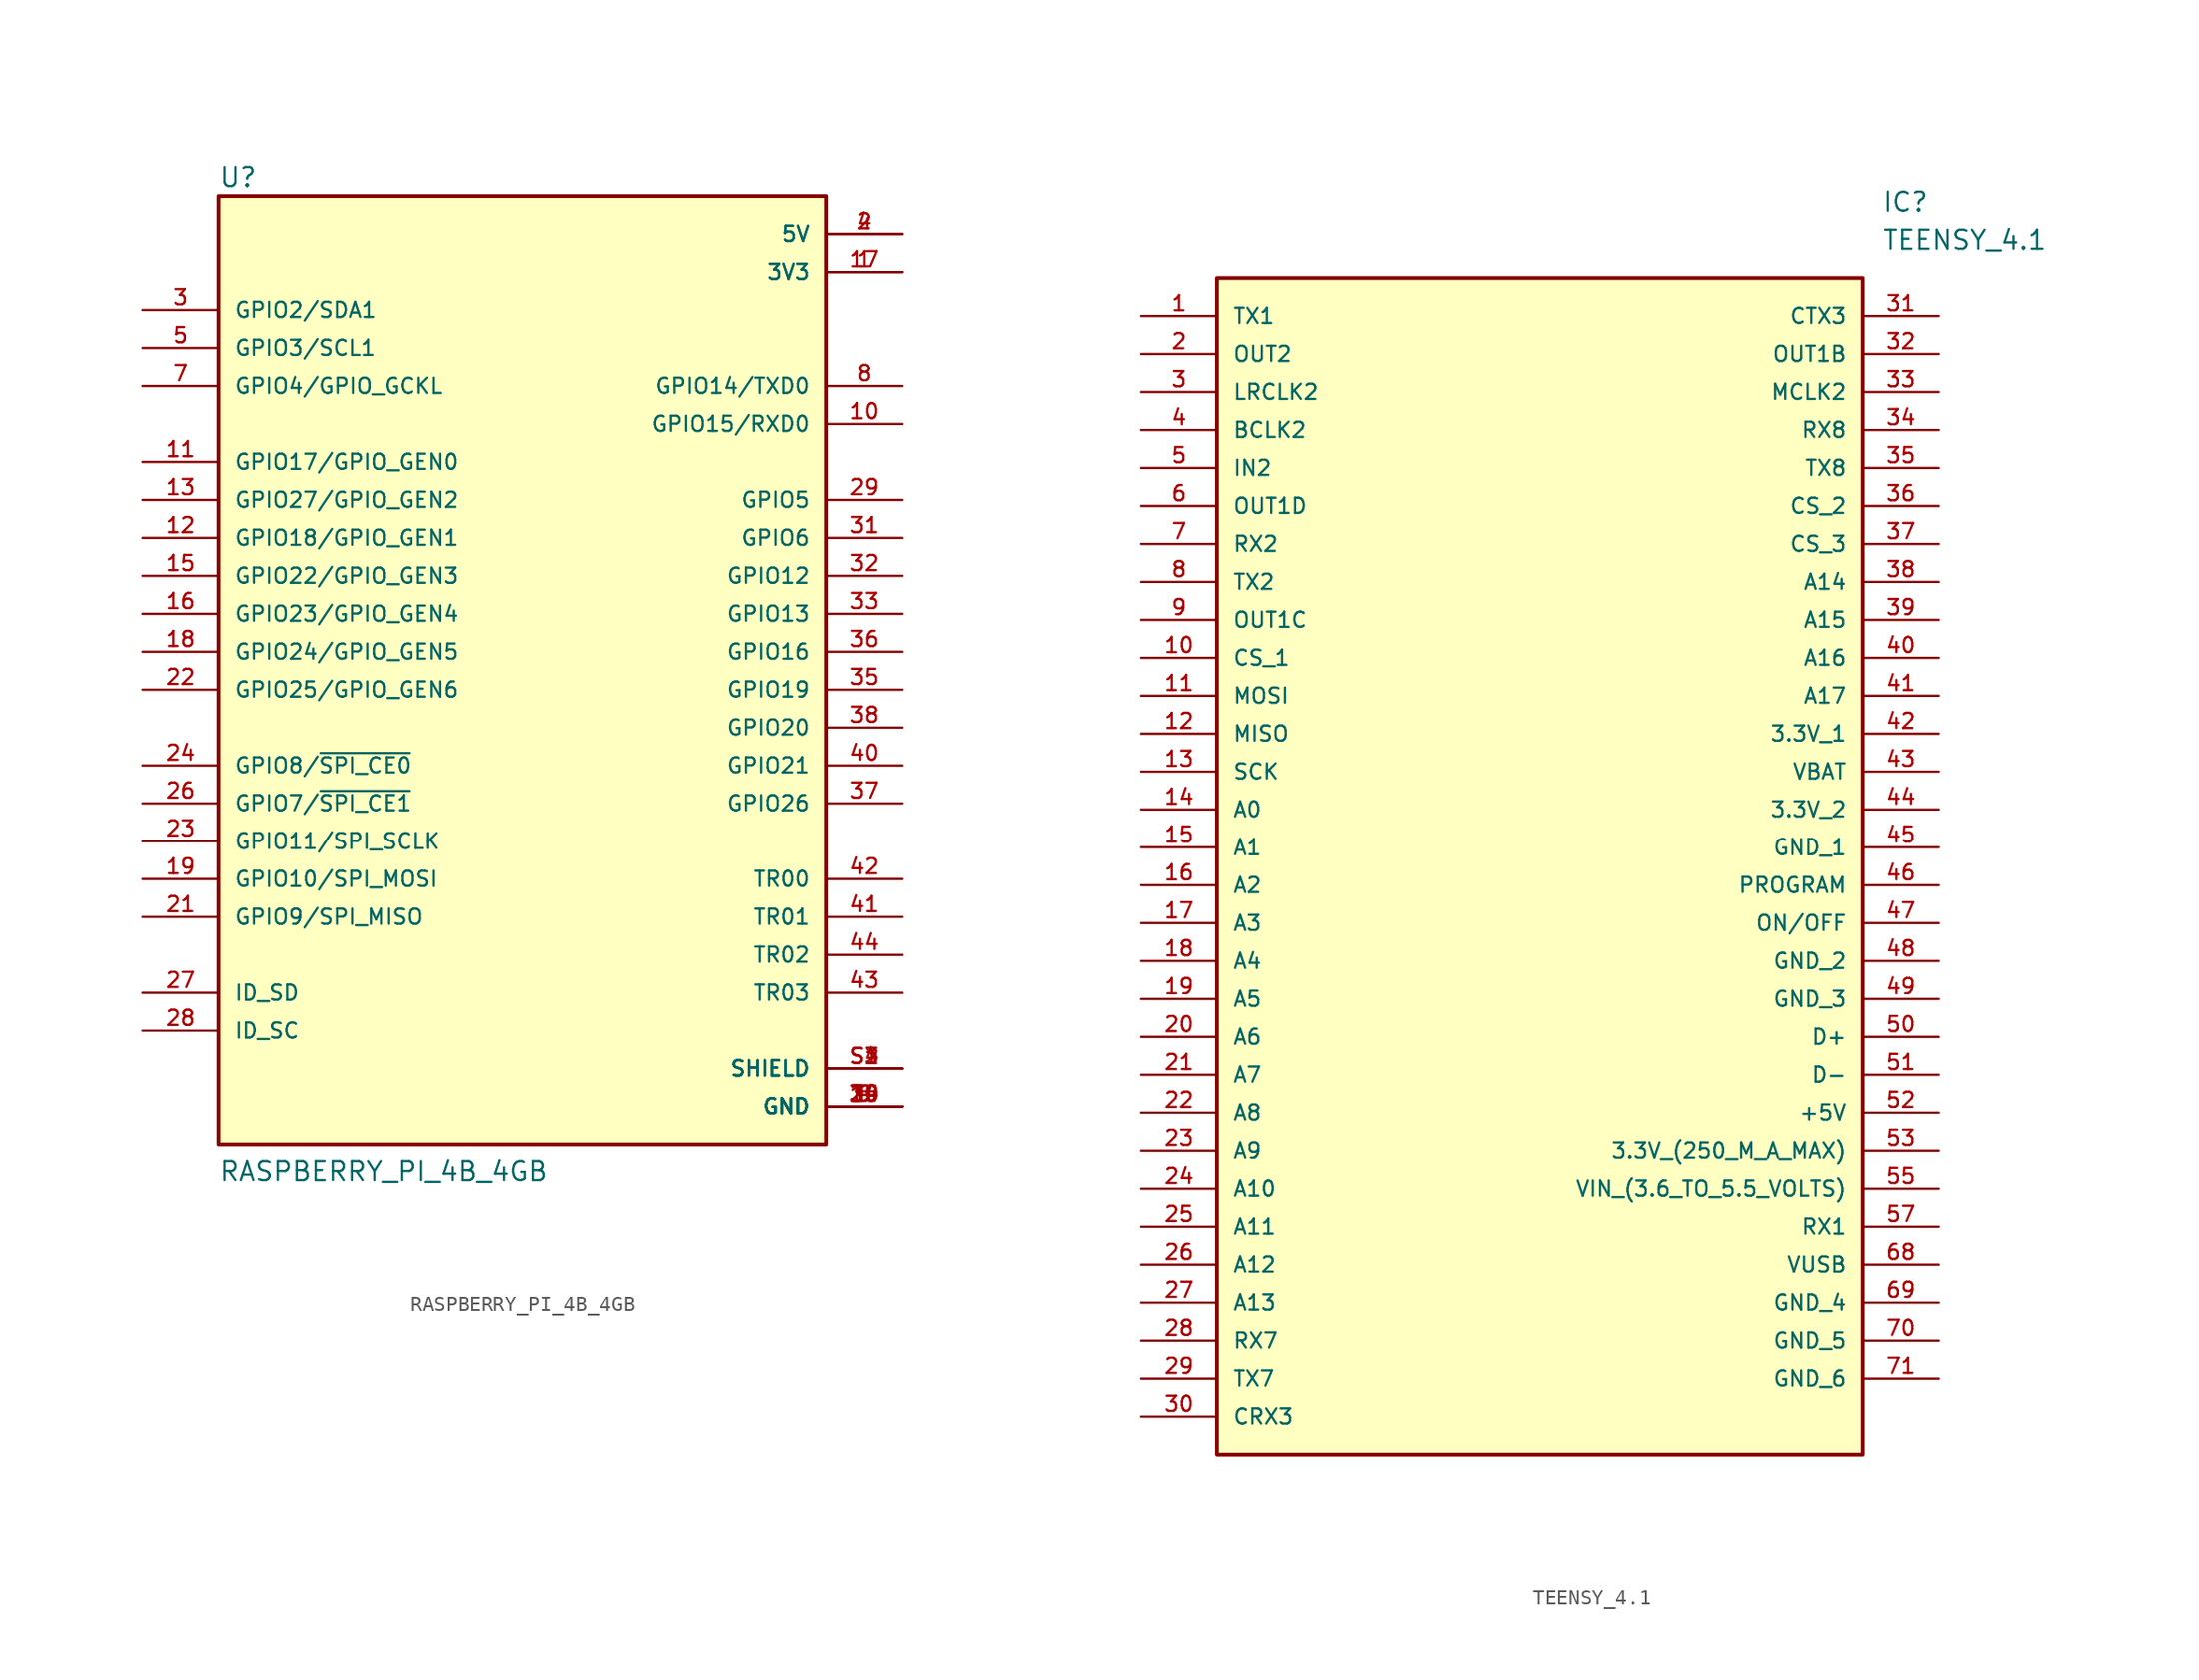
<source format=kicad_sym>
(kicad_symbol_lib
  (version 20231120)
  (generator "kicad_symbol_editor")
  (generator_version "8.0")
  (symbol "RASPBERRY_PI_4B_4GB"
    (pin_names
      (offset 1.016))
    (property "Reference" "U"
      (at -20.32 33.528 0)
      (effects (font (size 1.27 1.27)) (justify left bottom)))
    (property "Value" "RASPBERRY_PI_4B_4GB"
      (at -20.32 -33.02 0)
      (effects (font (size 1.27 1.27)) (justify left bottom)))
    (symbol "RASPBERRY_PI_4B_4GB_0_0"
      (rectangle (start -20.32 -30.48) (end 20.32 33.02) (stroke (width 0.254) (type default)) (fill (type background)))
      (pin power_out line (at 25.4 27.94 180) (length 5.08) (name "3V3" (effects (font (size 1.016 1.016)))) (number "1" (effects (font (size 1.016 1.016)))))
      (pin bidirectional line (at 25.4 17.78 180) (length 5.08) (name "GPIO15/RXD0" (effects (font (size 1.016 1.016)))) (number "10" (effects (font (size 1.016 1.016)))))
      (pin bidirectional line (at -25.4 15.24 0) (length 5.08) (name "GPIO17/GPIO_GEN0" (effects (font (size 1.016 1.016)))) (number "11" (effects (font (size 1.016 1.016)))))
      (pin bidirectional line (at -25.4 10.16 0) (length 5.08) (name "GPIO18/GPIO_GEN1" (effects (font (size 1.016 1.016)))) (number "12" (effects (font (size 1.016 1.016)))))
      (pin bidirectional line (at -25.4 12.7 0) (length 5.08) (name "GPIO27/GPIO_GEN2" (effects (font (size 1.016 1.016)))) (number "13" (effects (font (size 1.016 1.016)))))
      (pin power_in line (at 25.4 -27.94 180) (length 5.08) (name "GND" (effects (font (size 1.016 1.016)))) (number "14" (effects (font (size 1.016 1.016)))))
      (pin bidirectional line (at -25.4 7.62 0) (length 5.08) (name "GPIO22/GPIO_GEN3" (effects (font (size 1.016 1.016)))) (number "15" (effects (font (size 1.016 1.016)))))
      (pin bidirectional line (at -25.4 5.08 0) (length 5.08) (name "GPIO23/GPIO_GEN4" (effects (font (size 1.016 1.016)))) (number "16" (effects (font (size 1.016 1.016)))))
      (pin power_out line (at 25.4 27.94 180) (length 5.08) (name "3V3" (effects (font (size 1.016 1.016)))) (number "17" (effects (font (size 1.016 1.016)))))
      (pin bidirectional line (at -25.4 2.54 0) (length 5.08) (name "GPIO24/GPIO_GEN5" (effects (font (size 1.016 1.016)))) (number "18" (effects (font (size 1.016 1.016)))))
      (pin bidirectional line (at -25.4 -12.7 0) (length 5.08) (name "GPIO10/SPI_MOSI" (effects (font (size 1.016 1.016)))) (number "19" (effects (font (size 1.016 1.016)))))
      (pin power_out line (at 25.4 30.48 180) (length 5.08) (name "5V" (effects (font (size 1.016 1.016)))) (number "2" (effects (font (size 1.016 1.016)))))
      (pin power_in line (at 25.4 -27.94 180) (length 5.08) (name "GND" (effects (font (size 1.016 1.016)))) (number "20" (effects (font (size 1.016 1.016)))))
      (pin bidirectional line (at -25.4 -15.24 0) (length 5.08) (name "GPIO9/SPI_MISO" (effects (font (size 1.016 1.016)))) (number "21" (effects (font (size 1.016 1.016)))))
      (pin bidirectional line (at -25.4 0 0) (length 5.08) (name "GPIO25/GPIO_GEN6" (effects (font (size 1.016 1.016)))) (number "22" (effects (font (size 1.016 1.016)))))
      (pin bidirectional line (at -25.4 -10.16 0) (length 5.08) (name "GPIO11/SPI_SCLK" (effects (font (size 1.016 1.016)))) (number "23" (effects (font (size 1.016 1.016)))))
      (pin bidirectional line (at -25.4 -5.08 0) (length 5.08) (name "GPIO8/~{SPI_CE0}" (effects (font (size 1.016 1.016)))) (number "24" (effects (font (size 1.016 1.016)))))
      (pin power_in line (at 25.4 -27.94 180) (length 5.08) (name "GND" (effects (font (size 1.016 1.016)))) (number "25" (effects (font (size 1.016 1.016)))))
      (pin bidirectional line (at -25.4 -7.62 0) (length 5.08) (name "GPIO7/~{SPI_CE1}" (effects (font (size 1.016 1.016)))) (number "26" (effects (font (size 1.016 1.016)))))
      (pin bidirectional line (at -25.4 -20.32 0) (length 5.08) (name "ID_SD" (effects (font (size 1.016 1.016)))) (number "27" (effects (font (size 1.016 1.016)))))
      (pin bidirectional line (at -25.4 -22.86 0) (length 5.08) (name "ID_SC" (effects (font (size 1.016 1.016)))) (number "28" (effects (font (size 1.016 1.016)))))
      (pin bidirectional line (at 25.4 12.7 180) (length 5.08) (name "GPIO5" (effects (font (size 1.016 1.016)))) (number "29" (effects (font (size 1.016 1.016)))))
      (pin bidirectional line (at -25.4 25.4 0) (length 5.08) (name "GPIO2/SDA1" (effects (font (size 1.016 1.016)))) (number "3" (effects (font (size 1.016 1.016)))))
      (pin power_in line (at 25.4 -27.94 180) (length 5.08) (name "GND" (effects (font (size 1.016 1.016)))) (number "30" (effects (font (size 1.016 1.016)))))
      (pin bidirectional line (at 25.4 10.16 180) (length 5.08) (name "GPIO6" (effects (font (size 1.016 1.016)))) (number "31" (effects (font (size 1.016 1.016)))))
      (pin bidirectional line (at 25.4 7.62 180) (length 5.08) (name "GPIO12" (effects (font (size 1.016 1.016)))) (number "32" (effects (font (size 1.016 1.016)))))
      (pin bidirectional line (at 25.4 5.08 180) (length 5.08) (name "GPIO13" (effects (font (size 1.016 1.016)))) (number "33" (effects (font (size 1.016 1.016)))))
      (pin power_in line (at 25.4 -27.94 180) (length 5.08) (name "GND" (effects (font (size 1.016 1.016)))) (number "34" (effects (font (size 1.016 1.016)))))
      (pin bidirectional line (at 25.4 0 180) (length 5.08) (name "GPIO19" (effects (font (size 1.016 1.016)))) (number "35" (effects (font (size 1.016 1.016)))))
      (pin bidirectional line (at 25.4 2.54 180) (length 5.08) (name "GPIO16" (effects (font (size 1.016 1.016)))) (number "36" (effects (font (size 1.016 1.016)))))
      (pin bidirectional line (at 25.4 -7.62 180) (length 5.08) (name "GPIO26" (effects (font (size 1.016 1.016)))) (number "37" (effects (font (size 1.016 1.016)))))
      (pin bidirectional line (at 25.4 -2.54 180) (length 5.08) (name "GPIO20" (effects (font (size 1.016 1.016)))) (number "38" (effects (font (size 1.016 1.016)))))
      (pin power_in line (at 25.4 -27.94 180) (length 5.08) (name "GND" (effects (font (size 1.016 1.016)))) (number "39" (effects (font (size 1.016 1.016)))))
      (pin power_out line (at 25.4 30.48 180) (length 5.08) (name "5V" (effects (font (size 1.016 1.016)))) (number "4" (effects (font (size 1.016 1.016)))))
      (pin bidirectional line (at 25.4 -5.08 180) (length 5.08) (name "GPIO21" (effects (font (size 1.016 1.016)))) (number "40" (effects (font (size 1.016 1.016)))))
      (pin bidirectional line (at 25.4 -15.24 180) (length 5.08) (name "TR01" (effects (font (size 1.016 1.016)))) (number "41" (effects (font (size 1.016 1.016)))))
      (pin bidirectional line (at 25.4 -12.7 180) (length 5.08) (name "TR00" (effects (font (size 1.016 1.016)))) (number "42" (effects (font (size 1.016 1.016)))))
      (pin bidirectional line (at 25.4 -20.32 180) (length 5.08) (name "TR03" (effects (font (size 1.016 1.016)))) (number "43" (effects (font (size 1.016 1.016)))))
      (pin bidirectional line (at 25.4 -17.78 180) (length 5.08) (name "TR02" (effects (font (size 1.016 1.016)))) (number "44" (effects (font (size 1.016 1.016)))))
      (pin bidirectional line (at -25.4 22.86 0) (length 5.08) (name "GPIO3/SCL1" (effects (font (size 1.016 1.016)))) (number "5" (effects (font (size 1.016 1.016)))))
      (pin power_in line (at 25.4 -27.94 180) (length 5.08) (name "GND" (effects (font (size 1.016 1.016)))) (number "6" (effects (font (size 1.016 1.016)))))
      (pin bidirectional line (at -25.4 20.32 0) (length 5.08) (name "GPIO4/GPIO_GCKL" (effects (font (size 1.016 1.016)))) (number "7" (effects (font (size 1.016 1.016)))))
      (pin bidirectional line (at 25.4 20.32 180) (length 5.08) (name "GPIO14/TXD0" (effects (font (size 1.016 1.016)))) (number "8" (effects (font (size 1.016 1.016)))))
      (pin power_in line (at 25.4 -27.94 180) (length 5.08) (name "GND" (effects (font (size 1.016 1.016)))) (number "9" (effects (font (size 1.016 1.016)))))
      (pin power_in line (at 25.4 -25.4 180) (length 5.08) (name "SHIELD" (effects (font (size 1.016 1.016)))) (number "S1" (effects (font (size 1.016 1.016)))))
      (pin power_in line (at 25.4 -25.4 180) (length 5.08) (name "SHIELD" (effects (font (size 1.016 1.016)))) (number "S2" (effects (font (size 1.016 1.016)))))
      (pin power_in line (at 25.4 -25.4 180) (length 5.08) (name "SHIELD" (effects (font (size 1.016 1.016)))) (number "S3" (effects (font (size 1.016 1.016)))))
      (pin power_in line (at 25.4 -25.4 180) (length 5.08) (name "SHIELD" (effects (font (size 1.016 1.016)))) (number "S4" (effects (font (size 1.016 1.016)))))))
  (symbol "TEENSY_4.1"
    (pin_names
      (offset 1.016))
    (property "Reference" "IC"
      (at 49.53 7.62 0)
      (effects (font (size 1.27 1.27)) (justify left)))
    (property "Value" "TEENSY_4.1"
      (at 49.53 5.08 0)
      (effects (font (size 1.27 1.27)) (justify left)))
    (symbol "TEENSY_4.1_0_0"
      (rectangle (start 5.08 -76.2) (end 48.26 2.54) (stroke (width 0.254) (type default)) (fill (type background)))
      (pin bidirectional line (at 0 0 0) (length 5.08) (name "TX1" (effects (font (size 1.016 1.016)))) (number "1" (effects (font (size 1.016 1.016)))))
      (pin bidirectional line (at 0 -22.86 0) (length 5.08) (name "CS_1" (effects (font (size 1.016 1.016)))) (number "10" (effects (font (size 1.016 1.016)))))
      (pin bidirectional line (at 0 -25.4 0) (length 5.08) (name "MOSI" (effects (font (size 1.016 1.016)))) (number "11" (effects (font (size 1.016 1.016)))))
      (pin bidirectional line (at 0 -27.94 0) (length 5.08) (name "MISO" (effects (font (size 1.016 1.016)))) (number "12" (effects (font (size 1.016 1.016)))))
      (pin bidirectional line (at 0 -30.48 0) (length 5.08) (name "SCK" (effects (font (size 1.016 1.016)))) (number "13" (effects (font (size 1.016 1.016)))))
      (pin bidirectional line (at 0 -33.02 0) (length 5.08) (name "A0" (effects (font (size 1.016 1.016)))) (number "14" (effects (font (size 1.016 1.016)))))
      (pin bidirectional line (at 0 -35.56 0) (length 5.08) (name "A1" (effects (font (size 1.016 1.016)))) (number "15" (effects (font (size 1.016 1.016)))))
      (pin bidirectional line (at 0 -38.1 0) (length 5.08) (name "A2" (effects (font (size 1.016 1.016)))) (number "16" (effects (font (size 1.016 1.016)))))
      (pin bidirectional line (at 0 -40.64 0) (length 5.08) (name "A3" (effects (font (size 1.016 1.016)))) (number "17" (effects (font (size 1.016 1.016)))))
      (pin bidirectional line (at 0 -43.18 0) (length 5.08) (name "A4" (effects (font (size 1.016 1.016)))) (number "18" (effects (font (size 1.016 1.016)))))
      (pin bidirectional line (at 0 -45.72 0) (length 5.08) (name "A5" (effects (font (size 1.016 1.016)))) (number "19" (effects (font (size 1.016 1.016)))))
      (pin bidirectional line (at 0 -2.54 0) (length 5.08) (name "OUT2" (effects (font (size 1.016 1.016)))) (number "2" (effects (font (size 1.016 1.016)))))
      (pin bidirectional line (at 0 -48.26 0) (length 5.08) (name "A6" (effects (font (size 1.016 1.016)))) (number "20" (effects (font (size 1.016 1.016)))))
      (pin bidirectional line (at 0 -50.8 0) (length 5.08) (name "A7" (effects (font (size 1.016 1.016)))) (number "21" (effects (font (size 1.016 1.016)))))
      (pin bidirectional line (at 0 -53.34 0) (length 5.08) (name "A8" (effects (font (size 1.016 1.016)))) (number "22" (effects (font (size 1.016 1.016)))))
      (pin bidirectional line (at 0 -55.88 0) (length 5.08) (name "A9" (effects (font (size 1.016 1.016)))) (number "23" (effects (font (size 1.016 1.016)))))
      (pin bidirectional line (at 0 -58.42 0) (length 5.08) (name "A10" (effects (font (size 1.016 1.016)))) (number "24" (effects (font (size 1.016 1.016)))))
      (pin bidirectional line (at 0 -60.96 0) (length 5.08) (name "A11" (effects (font (size 1.016 1.016)))) (number "25" (effects (font (size 1.016 1.016)))))
      (pin bidirectional line (at 0 -63.5 0) (length 5.08) (name "A12" (effects (font (size 1.016 1.016)))) (number "26" (effects (font (size 1.016 1.016)))))
      (pin bidirectional line (at 0 -66.04 0) (length 5.08) (name "A13" (effects (font (size 1.016 1.016)))) (number "27" (effects (font (size 1.016 1.016)))))
      (pin bidirectional line (at 0 -68.58 0) (length 5.08) (name "RX7" (effects (font (size 1.016 1.016)))) (number "28" (effects (font (size 1.016 1.016)))))
      (pin bidirectional line (at 0 -71.12 0) (length 5.08) (name "TX7" (effects (font (size 1.016 1.016)))) (number "29" (effects (font (size 1.016 1.016)))))
      (pin bidirectional line (at 0 -5.08 0) (length 5.08) (name "LRCLK2" (effects (font (size 1.016 1.016)))) (number "3" (effects (font (size 1.016 1.016)))))
      (pin bidirectional line (at 0 -73.66 0) (length 5.08) (name "CRX3" (effects (font (size 1.016 1.016)))) (number "30" (effects (font (size 1.016 1.016)))))
      (pin bidirectional line (at 53.34 0 180) (length 5.08) (name "CTX3" (effects (font (size 1.016 1.016)))) (number "31" (effects (font (size 1.016 1.016)))))
      (pin bidirectional line (at 53.34 -2.54 180) (length 5.08) (name "OUT1B" (effects (font (size 1.016 1.016)))) (number "32" (effects (font (size 1.016 1.016)))))
      (pin bidirectional line (at 53.34 -5.08 180) (length 5.08) (name "MCLK2" (effects (font (size 1.016 1.016)))) (number "33" (effects (font (size 1.016 1.016)))))
      (pin bidirectional line (at 53.34 -7.62 180) (length 5.08) (name "RX8" (effects (font (size 1.016 1.016)))) (number "34" (effects (font (size 1.016 1.016)))))
      (pin bidirectional line (at 53.34 -10.16 180) (length 5.08) (name "TX8" (effects (font (size 1.016 1.016)))) (number "35" (effects (font (size 1.016 1.016)))))
      (pin bidirectional line (at 53.34 -12.7 180) (length 5.08) (name "CS_2" (effects (font (size 1.016 1.016)))) (number "36" (effects (font (size 1.016 1.016)))))
      (pin bidirectional line (at 53.34 -15.24 180) (length 5.08) (name "CS_3" (effects (font (size 1.016 1.016)))) (number "37" (effects (font (size 1.016 1.016)))))
      (pin bidirectional line (at 53.34 -17.78 180) (length 5.08) (name "A14" (effects (font (size 1.016 1.016)))) (number "38" (effects (font (size 1.016 1.016)))))
      (pin bidirectional line (at 53.34 -20.32 180) (length 5.08) (name "A15" (effects (font (size 1.016 1.016)))) (number "39" (effects (font (size 1.016 1.016)))))
      (pin bidirectional line (at 0 -7.62 0) (length 5.08) (name "BCLK2" (effects (font (size 1.016 1.016)))) (number "4" (effects (font (size 1.016 1.016)))))
      (pin bidirectional line (at 53.34 -22.86 180) (length 5.08) (name "A16" (effects (font (size 1.016 1.016)))) (number "40" (effects (font (size 1.016 1.016)))))
      (pin bidirectional line (at 53.34 -25.4 180) (length 5.08) (name "A17" (effects (font (size 1.016 1.016)))) (number "41" (effects (font (size 1.016 1.016)))))
      (pin bidirectional line (at 53.34 -27.94 180) (length 5.08) (name "3.3V_1" (effects (font (size 1.016 1.016)))) (number "42" (effects (font (size 1.016 1.016)))))
      (pin bidirectional line (at 53.34 -30.48 180) (length 5.08) (name "VBAT" (effects (font (size 1.016 1.016)))) (number "43" (effects (font (size 1.016 1.016)))))
      (pin bidirectional line (at 53.34 -33.02 180) (length 5.08) (name "3.3V_2" (effects (font (size 1.016 1.016)))) (number "44" (effects (font (size 1.016 1.016)))))
      (pin bidirectional line (at 53.34 -35.56 180) (length 5.08) (name "GND_1" (effects (font (size 1.016 1.016)))) (number "45" (effects (font (size 1.016 1.016)))))
      (pin bidirectional line (at 53.34 -38.1 180) (length 5.08) (name "PROGRAM" (effects (font (size 1.016 1.016)))) (number "46" (effects (font (size 1.016 1.016)))))
      (pin bidirectional line (at 53.34 -40.64 180) (length 5.08) (name "ON/OFF" (effects (font (size 1.016 1.016)))) (number "47" (effects (font (size 1.016 1.016)))))
      (pin bidirectional line (at 53.34 -43.18 180) (length 5.08) (name "GND_2" (effects (font (size 1.016 1.016)))) (number "48" (effects (font (size 1.016 1.016)))))
      (pin bidirectional line (at 53.34 -45.72 180) (length 5.08) (name "GND_3" (effects (font (size 1.016 1.016)))) (number "49" (effects (font (size 1.016 1.016)))))
      (pin bidirectional line (at 0 -10.16 0) (length 5.08) (name "IN2" (effects (font (size 1.016 1.016)))) (number "5" (effects (font (size 1.016 1.016)))))
      (pin bidirectional line (at 53.34 -48.26 180) (length 5.08) (name "D+" (effects (font (size 1.016 1.016)))) (number "50" (effects (font (size 1.016 1.016)))))
      (pin bidirectional line (at 53.34 -50.8 180) (length 5.08) (name "D-" (effects (font (size 1.016 1.016)))) (number "51" (effects (font (size 1.016 1.016)))))
      (pin bidirectional line (at 53.34 -53.34 180) (length 5.08) (name "+5V" (effects (font (size 1.016 1.016)))) (number "52" (effects (font (size 1.016 1.016)))))
      (pin bidirectional line (at 53.34 -55.88 180) (length 5.08) (name "3.3V_(250_M_A_MAX)" (effects (font (size 1.016 1.016)))) (number "53" (effects (font (size 1.016 1.016)))))
      (pin bidirectional line (at 53.34 -58.42 180) (length 5.08) (name "VIN_(3.6_TO_5.5_VOLTS)" (effects (font (size 1.016 1.016)))) (number "55" (effects (font (size 1.016 1.016)))))
      (pin bidirectional line (at 53.34 -60.96 180) (length 5.08) (name "RX1" (effects (font (size 1.016 1.016)))) (number "57" (effects (font (size 1.016 1.016)))))
      (pin bidirectional line (at 0 -12.7 0) (length 5.08) (name "OUT1D" (effects (font (size 1.016 1.016)))) (number "6" (effects (font (size 1.016 1.016)))))
      (pin bidirectional line (at 53.34 -63.5 180) (length 5.08) (name "VUSB" (effects (font (size 1.016 1.016)))) (number "68" (effects (font (size 1.016 1.016)))))
      (pin bidirectional line (at 53.34 -66.04 180) (length 5.08) (name "GND_4" (effects (font (size 1.016 1.016)))) (number "69" (effects (font (size 1.016 1.016)))))
      (pin bidirectional line (at 0 -15.24 0) (length 5.08) (name "RX2" (effects (font (size 1.016 1.016)))) (number "7" (effects (font (size 1.016 1.016)))))
      (pin bidirectional line (at 53.34 -68.58 180) (length 5.08) (name "GND_5" (effects (font (size 1.016 1.016)))) (number "70" (effects (font (size 1.016 1.016)))))
      (pin bidirectional line (at 53.34 -71.12 180) (length 5.08) (name "GND_6" (effects (font (size 1.016 1.016)))) (number "71" (effects (font (size 1.016 1.016)))))
      (pin bidirectional line (at 0 -17.78 0) (length 5.08) (name "TX2" (effects (font (size 1.016 1.016)))) (number "8" (effects (font (size 1.016 1.016)))))
      (pin bidirectional line (at 0 -20.32 0) (length 5.08) (name "OUT1C" (effects (font (size 1.016 1.016)))) (number "9" (effects (font (size 1.016 1.016))))))))
</source>
